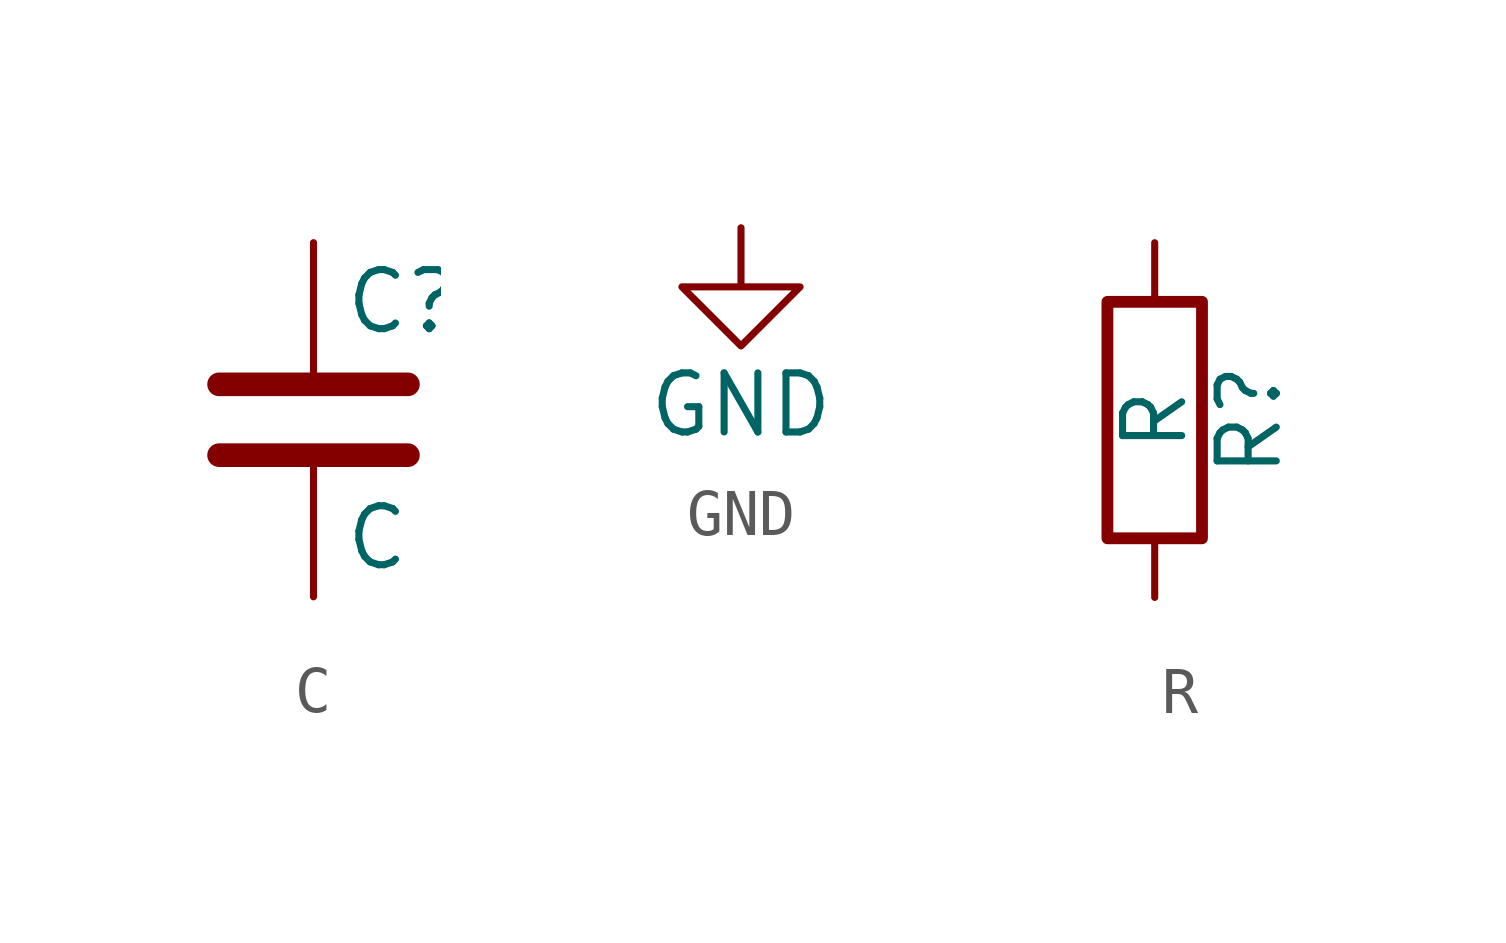
<source format=kicad_sym>
(kicad_symbol_lib
  (version 20201005)
  (generator kicad_symbol_editor)
  (symbol "sallen_key_schlib:C"
    (pin_numbers hide)
    (pin_names
      (offset 0.254))
    (property "Reference" "C"
      (at 0.635 2.54 0)
      (effects (font (size 1.27 1.27)) (justify left)))
    (property "Value" "C"
      (at 0.635 -2.54 0)
      (effects (font (size 1.27 1.27)) (justify left)))
    (property "Footprint" ""
      (at 0.965 -3.81 0)
      (effects (font (size 0.762 0.762))))
    (property "Datasheet" ""
      (at 0 0 0)
      (effects (font (size 1.524 1.524))))
    (symbol "C_0_1"
      (polyline (pts (xy -2.032 -0.762) (xy 2.032 -0.762)) (stroke (width 0.508)) (fill (type none)))
      (polyline (pts (xy -2.032 0.762) (xy 2.032 0.762)) (stroke (width 0.508)) (fill (type none))))
    (symbol "C_1_1"
      (pin passive line (at 0 3.81 270) (length 2.794) (name "~" (effects (font (size 1.016 1.016)))) (number "1" (effects (font (size 1.016 1.016)))))
      (pin passive line (at 0 -3.81 90) (length 2.794) (name "~" (effects (font (size 1.016 1.016)))) (number "2" (effects (font (size 1.016 1.016)))))))
  (symbol "sallen_key_schlib:GND"
    (power)
    (pin_names
      (offset 0))
    (property "Reference" "#PWR"
      (at 0 -6.35 0)
      (effects (font (size 1.27 1.27)) hide))
    (property "Value" "GND"
      (at 0 -3.81 0)
      (effects (font (size 1.27 1.27))))
    (property "Footprint" ""
      (at 0 0 0)
      (effects (font (size 1.524 1.524))))
    (property "Datasheet" ""
      (at 0 0 0)
      (effects (font (size 1.524 1.524))))
    (symbol "GND_0_1"
      (polyline (pts (xy 0 0) (xy 0 -1.27) (xy 1.27 -1.27) (xy 0 -2.54) (xy -1.27 -1.27) (xy 0 -1.27)) (stroke (width 0)) (fill (type none))))
    (symbol "GND_1_1"
      (pin power_in line (at 0 0 270) (length 0) hide (name "GND" (effects (font (size 1.27 1.27)))) (number "1" (effects (font (size 1.27 1.27)))))))
  (symbol "sallen_key_schlib:R"
    (pin_numbers hide)
    (pin_names
      (offset 0))
    (property "Reference" "R"
      (at 2.032 0 90)
      (effects (font (size 1.27 1.27))))
    (property "Value" "R"
      (at 0 0 90)
      (effects (font (size 1.27 1.27))))
    (property "Footprint" ""
      (at -1.778 0 90)
      (effects (font (size 0.762 0.762))))
    (property "Datasheet" ""
      (at 0 0 0)
      (effects (font (size 0.762 0.762))))
    (symbol "R_0_1"
      (rectangle (start -1.016 -2.54) (end 1.016 2.54) (stroke (width 0.254)) (fill (type none))))
    (symbol "R_1_1"
      (pin passive line (at 0 3.81 270) (length 1.27) (name "~" (effects (font (size 1.524 1.524)))) (number "1" (effects (font (size 1.524 1.524)))))
      (pin passive line (at 0 -3.81 90) (length 1.27) (name "~" (effects (font (size 1.524 1.524)))) (number "2" (effects (font (size 1.524 1.524))))))))
</source>
